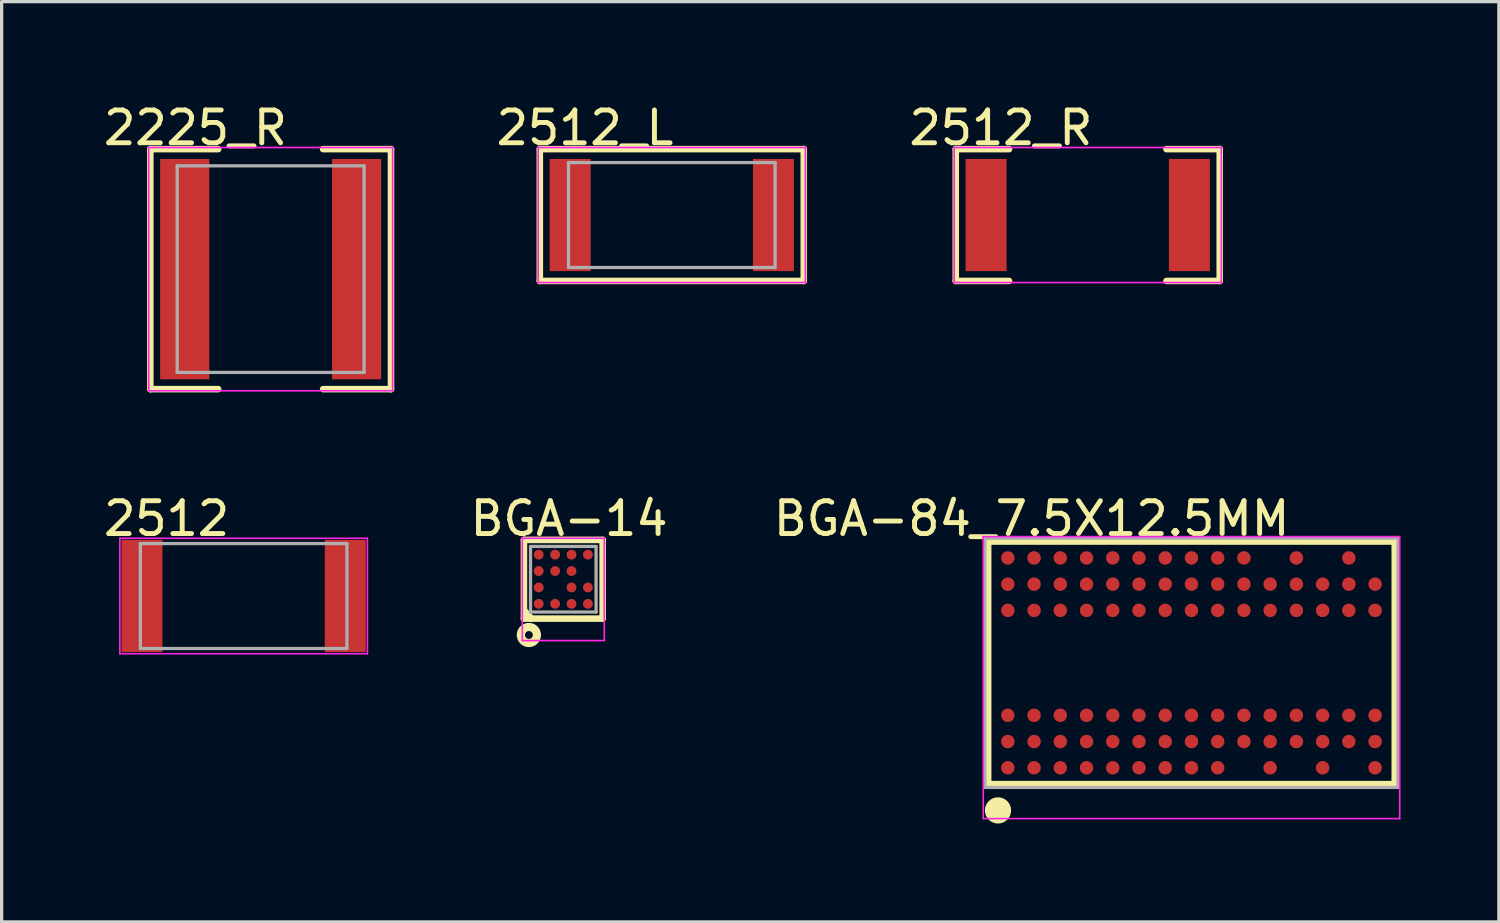
<source format=kicad_pcb>
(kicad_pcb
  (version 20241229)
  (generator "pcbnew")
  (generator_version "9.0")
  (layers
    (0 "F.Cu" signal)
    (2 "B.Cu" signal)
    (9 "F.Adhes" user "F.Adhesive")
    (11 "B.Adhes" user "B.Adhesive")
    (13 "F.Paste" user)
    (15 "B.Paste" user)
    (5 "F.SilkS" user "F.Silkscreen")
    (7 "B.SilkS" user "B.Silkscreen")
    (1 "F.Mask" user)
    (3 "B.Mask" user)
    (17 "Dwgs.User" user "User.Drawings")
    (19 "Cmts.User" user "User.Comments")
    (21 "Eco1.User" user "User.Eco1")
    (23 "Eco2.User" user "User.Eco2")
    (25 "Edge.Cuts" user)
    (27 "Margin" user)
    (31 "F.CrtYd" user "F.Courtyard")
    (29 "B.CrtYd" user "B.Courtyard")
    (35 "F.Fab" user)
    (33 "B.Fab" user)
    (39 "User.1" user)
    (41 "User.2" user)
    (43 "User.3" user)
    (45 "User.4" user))
  (footprint "2512"
    (layer "F.Cu")
    (at 4.38 15.127)
    (property "Reference" "2512" (at -2.35 -2.361 0) (layer "F.SilkS") (effects (font (size 1 1) (thickness 0.15))))
    (attr through_hole)
    (fp_line (start -3.775 -1.76) (end 3.775 -1.76) (stroke (width 0.05) (type solid)) (layer "F.CrtYd"))
    (fp_line (start -3.775 1.76) (end -3.775 -1.76) (stroke (width 0.05) (type solid)) (layer "F.CrtYd"))
    (fp_line (start 3.775 -1.76) (end 3.775 1.76) (stroke (width 0.05) (type solid)) (layer "F.CrtYd"))
    (fp_line (start 3.775 1.76) (end -3.775 1.76) (stroke (width 0.05) (type solid)) (layer "F.CrtYd"))
    (fp_line (start -3.15 -1.6) (end 3.15 -1.6) (stroke (width 0.1) (type solid)) (layer "F.Fab"))
    (fp_line (start -3.15 1.6) (end -3.15 -1.6) (stroke (width 0.1) (type solid)) (layer "F.Fab"))
    (fp_line (start -3.15 1.6) (end 3.15 1.6) (stroke (width 0.1) (type solid)) (layer "F.Fab"))
    (fp_line (start 3.15 1.6) (end 3.15 -1.6) (stroke (width 0.1) (type solid)) (layer "F.Fab"))
    (pad "1" smd rect (at -3.1 0) (size 1.25 3.42) (layers "F.Cu" "F.Mask" "F.Paste"))
    (pad "2" smd rect (at 3.1 0) (size 1.25 3.42) (layers "F.Cu" "F.Mask" "F.Paste")))
  (footprint "2512_R"
    (layer "F.Cu")
    (at 30.123 3.508)
    (property "Reference" "2512_R" (at -2.649 -2.659 0) (layer "F.SilkS") (effects (font (size 1 1) (thickness 0.15))))
    (attr through_hole)
    (fp_line (start -4.025 -2.01) (end -2.4 -2.01) (stroke (width 0.2) (type solid)) (layer "F.SilkS"))
    (fp_line (start -4.025 2.01) (end -4.025 -2.01) (stroke (width 0.2) (type solid)) (layer "F.SilkS"))
    (fp_line (start -4.025 2.01) (end -2.4 2.01) (stroke (width 0.2) (type solid)) (layer "F.SilkS"))
    (fp_line (start 2.4 -2.01) (end 4.025 -2.01) (stroke (width 0.2) (type solid)) (layer "F.SilkS"))
    (fp_line (start 2.4 2.01) (end 4.025 2.01) (stroke (width 0.2) (type solid)) (layer "F.SilkS"))
    (fp_line (start 4.025 2.01) (end 4.025 -2.01) (stroke (width 0.2) (type solid)) (layer "F.SilkS"))
    (fp_line (start -4.075 -2.06) (end 4.075 -2.06) (stroke (width 0.05) (type solid)) (layer "F.CrtYd"))
    (fp_line (start -4.075 2.06) (end -4.075 -2.06) (stroke (width 0.05) (type solid)) (layer "F.CrtYd"))
    (fp_line (start 4.075 -2.06) (end 4.075 2.06) (stroke (width 0.05) (type solid)) (layer "F.CrtYd"))
    (fp_line (start 4.075 2.06) (end -4.075 2.06) (stroke (width 0.05) (type solid)) (layer "F.CrtYd"))
    (pad "1" smd rect (at -3.1 0) (size 1.25 3.42) (layers "F.Cu" "F.Mask" "F.Paste"))
    (pad "2" smd rect (at 3.1 0) (size 1.25 3.42) (layers "F.Cu" "F.Mask" "F.Paste")))
  (footprint "2512_L"
    (layer "F.Cu")
    (at 17.438 3.508)
    (property "Reference" "2512_L" (at -2.649 -2.659 0) (layer "F.SilkS") (effects (font (size 1 1) (thickness 0.15))))
    (attr through_hole)
    (fp_line (start -4.025 -2.01) (end 4.025 -2.01) (stroke (width 0.2) (type solid)) (layer "F.SilkS"))
    (fp_line (start -4.025 2.01) (end -4.025 -2.01) (stroke (width 0.2) (type solid)) (layer "F.SilkS"))
    (fp_line (start -4.025 2.01) (end 4.025 2.01) (stroke (width 0.2) (type solid)) (layer "F.SilkS"))
    (fp_line (start 4.025 2.01) (end 4.025 -2.01) (stroke (width 0.2) (type solid)) (layer "F.SilkS"))
    (fp_line (start -4.075 -2.06) (end 4.075 -2.06) (stroke (width 0.05) (type solid)) (layer "F.CrtYd"))
    (fp_line (start -4.075 2.06) (end -4.075 -2.06) (stroke (width 0.05) (type solid)) (layer "F.CrtYd"))
    (fp_line (start 4.075 -2.06) (end 4.075 2.06) (stroke (width 0.05) (type solid)) (layer "F.CrtYd"))
    (fp_line (start 4.075 2.06) (end -4.075 2.06) (stroke (width 0.05) (type solid)) (layer "F.CrtYd"))
    (fp_line (start -3.15 -1.6) (end 3.15 -1.6) (stroke (width 0.1) (type solid)) (layer "F.Fab"))
    (fp_line (start -3.15 1.6) (end -3.15 -1.6) (stroke (width 0.1) (type solid)) (layer "F.Fab"))
    (fp_line (start -3.15 1.6) (end 3.15 1.6) (stroke (width 0.1) (type solid)) (layer "F.Fab"))
    (fp_line (start 3.15 1.6) (end 3.15 -1.6) (stroke (width 0.1) (type solid)) (layer "F.Fab"))
    (pad "1" smd rect (at -3.1 0) (size 1.25 3.42) (layers "F.Cu" "F.Mask" "F.Paste"))
    (pad "2" smd rect (at 3.1 0) (size 1.25 3.42) (layers "F.Cu" "F.Mask" "F.Paste")))
  (footprint "2225_R"
    (layer "F.Cu")
    (at 5.204 5.158)
    (property "Reference" "2225_R" (at -2.294 -4.309 0) (layer "F.SilkS") (effects (font (size 1 1) (thickness 0.15))))
    (attr through_hole)
    (fp_line (start -3.67 -3.66) (end -1.6 -3.66) (stroke (width 0.2) (type solid)) (layer "F.SilkS"))
    (fp_line (start -3.67 3.66) (end -3.67 -3.66) (stroke (width 0.2) (type solid)) (layer "F.SilkS"))
    (fp_line (start -3.67 3.66) (end -1.6 3.66) (stroke (width 0.2) (type solid)) (layer "F.SilkS"))
    (fp_line (start 1.6 -3.66) (end 3.67 -3.66) (stroke (width 0.2) (type solid)) (layer "F.SilkS"))
    (fp_line (start 1.6 3.66) (end 3.67 3.66) (stroke (width 0.2) (type solid)) (layer "F.SilkS"))
    (fp_line (start 3.67 3.66) (end 3.67 -3.66) (stroke (width 0.2) (type solid)) (layer "F.SilkS"))
    (fp_line (start -3.72 -3.71) (end 3.72 -3.71) (stroke (width 0.05) (type solid)) (layer "F.CrtYd"))
    (fp_line (start -3.72 3.71) (end -3.72 -3.71) (stroke (width 0.05) (type solid)) (layer "F.CrtYd"))
    (fp_line (start 3.72 -3.71) (end 3.72 3.71) (stroke (width 0.05) (type solid)) (layer "F.CrtYd"))
    (fp_line (start 3.72 3.71) (end -3.72 3.71) (stroke (width 0.05) (type solid)) (layer "F.CrtYd"))
    (fp_line (start -2.85 -3.15) (end -2.85 3.15) (stroke (width 0.1) (type solid)) (layer "F.Fab"))
    (fp_line (start -2.85 -3.15) (end 2.85 -3.15) (stroke (width 0.1) (type solid)) (layer "F.Fab"))
    (fp_line (start -2.85 3.15) (end 2.85 3.15) (stroke (width 0.1) (type solid)) (layer "F.Fab"))
    (fp_line (start 2.85 -3.15) (end 2.85 3.15) (stroke (width 0.1) (type solid)) (layer "F.Fab"))
    (pad "1" smd rect (at -2.62 0) (size 1.5 6.72) (layers "F.Cu" "F.Mask" "F.Paste"))
    (pad "2" smd rect (at 2.62 0) (size 1.5 6.72) (layers "F.Cu" "F.Mask" "F.Paste")))
  (footprint "BGA-84_7.5X12.5MM"
    (layer "F.Cu")
    (at 33.286 17.165)
    (property "Reference" "BGA-84_7.5X12.5MM" (at -4.874 -4.399 0) (layer "F.SilkS") (effects (font (size 1 1) (thickness 0.15))))
    (attr through_hole)
    (fp_line (start -6.2 -3.7) (end 6.2 -3.7) (stroke (width 0.2) (type solid)) (layer "F.SilkS"))
    (fp_line (start -6.2 3.7) (end -6.2 -3.7) (stroke (width 0.2) (type solid)) (layer "F.SilkS"))
    (fp_line (start -6.2 3.7) (end 6.2 3.7) (stroke (width 0.2) (type solid)) (layer "F.SilkS"))
    (fp_line (start 6.2 3.7) (end 6.2 -3.7) (stroke (width 0.2) (type solid)) (layer "F.SilkS"))
    (fp_circle (center -5.9 4.5) (end -5.7 4.5) (stroke (width 0.4) (type solid)) (fill no) (layer "F.SilkS"))
    (fp_line (start -6.35 -3.85) (end 6.35 -3.85) (stroke (width 0.05) (type solid)) (layer "F.CrtYd"))
    (fp_line (start -6.35 4.75) (end -6.35 -3.85) (stroke (width 0.05) (type solid)) (layer "F.CrtYd"))
    (fp_line (start 6.35 -3.85) (end 6.35 4.75) (stroke (width 0.05) (type solid)) (layer "F.CrtYd"))
    (fp_line (start 6.35 4.75) (end -6.35 4.75) (stroke (width 0.05) (type solid)) (layer "F.CrtYd"))
    (fp_line (start -6.3 -3.8) (end 6.3 -3.8) (stroke (width 0.1) (type solid)) (layer "F.Fab"))
    (fp_line (start -6.3 3.8) (end -6.3 -3.8) (stroke (width 0.1) (type solid)) (layer "F.Fab"))
    (fp_line (start -6.3 3.8) (end 6.3 3.8) (stroke (width 0.1) (type solid)) (layer "F.Fab"))
    (fp_line (start 6.3 3.8) (end 6.3 -3.8) (stroke (width 0.1) (type solid)) (layer "F.Fab"))
    (pad "A1" smd oval (at -5.6 3.2 90) (size 0.41 0.41) (layers "F.Cu" "F.Mask" "F.Paste"))
    (pad "A2" smd oval (at -5.6 2.4 90) (size 0.41 0.41) (layers "F.Cu" "F.Mask" "F.Paste"))
    (pad "A3" smd oval (at -5.6 1.6 90) (size 0.41 0.41) (layers "F.Cu" "F.Mask" "F.Paste"))
    (pad "A7" smd oval (at -5.6 -1.6 90) (size 0.41 0.41) (layers "F.Cu" "F.Mask" "F.Paste"))
    (pad "A8" smd oval (at -5.6 -2.4 90) (size 0.41 0.41) (layers "F.Cu" "F.Mask" "F.Paste"))
    (pad "A9" smd oval (at -5.6 -3.2 90) (size 0.41 0.41) (layers "F.Cu" "F.Mask" "F.Paste"))
    (pad "B1" smd oval (at -4.8 3.2 90) (size 0.41 0.41) (layers "F.Cu" "F.Mask" "F.Paste"))
    (pad "B2" smd oval (at -4.8 2.4 90) (size 0.41 0.41) (layers "F.Cu" "F.Mask" "F.Paste"))
    (pad "B3" smd oval (at -4.8 1.6 90) (size 0.41 0.41) (layers "F.Cu" "F.Mask" "F.Paste"))
    (pad "B7" smd oval (at -4.8 -1.6 90) (size 0.41 0.41) (layers "F.Cu" "F.Mask" "F.Paste"))
    (pad "B8" smd oval (at -4.8 -2.4 90) (size 0.41 0.41) (layers "F.Cu" "F.Mask" "F.Paste"))
    (pad "B9" smd oval (at -4.8 -3.2 90) (size 0.41 0.41) (layers "F.Cu" "F.Mask" "F.Paste"))
    (pad "C1" smd oval (at -4 3.2 90) (size 0.41 0.41) (layers "F.Cu" "F.Mask" "F.Paste"))
    (pad "C2" smd oval (at -4 2.4 90) (size 0.41 0.41) (layers "F.Cu" "F.Mask" "F.Paste"))
    (pad "C3" smd oval (at -4 1.6 90) (size 0.41 0.41) (layers "F.Cu" "F.Mask" "F.Paste"))
    (pad "C7" smd oval (at -4 -1.6 90) (size 0.41 0.41) (layers "F.Cu" "F.Mask" "F.Paste"))
    (pad "C8" smd oval (at -4 -2.4 90) (size 0.41 0.41) (layers "F.Cu" "F.Mask" "F.Paste"))
    (pad "C9" smd oval (at -4 -3.2 90) (size 0.41 0.41) (layers "F.Cu" "F.Mask" "F.Paste"))
    (pad "D1" smd oval (at -3.2 3.2 90) (size 0.41 0.41) (layers "F.Cu" "F.Mask" "F.Paste"))
    (pad "D2" smd oval (at -3.2 2.4 90) (size 0.41 0.41) (layers "F.Cu" "F.Mask" "F.Paste"))
    (pad "D3" smd oval (at -3.2 1.6 90) (size 0.41 0.41) (layers "F.Cu" "F.Mask" "F.Paste"))
    (pad "D7" smd oval (at -3.2 -1.6 90) (size 0.41 0.41) (layers "F.Cu" "F.Mask" "F.Paste"))
    (pad "D8" smd oval (at -3.2 -2.4 90) (size 0.41 0.41) (layers "F.Cu" "F.Mask" "F.Paste"))
    (pad "D9" smd oval (at -3.2 -3.2 90) (size 0.41 0.41) (layers "F.Cu" "F.Mask" "F.Paste"))
    (pad "E1" smd oval (at -2.4 3.2 90) (size 0.41 0.41) (layers "F.Cu" "F.Mask" "F.Paste"))
    (pad "E2" smd oval (at -2.4 2.4 90) (size 0.41 0.41) (layers "F.Cu" "F.Mask" "F.Paste"))
    (pad "E3" smd oval (at -2.4 1.6 90) (size 0.41 0.41) (layers "F.Cu" "F.Mask" "F.Paste"))
    (pad "E7" smd oval (at -2.4 -1.6 90) (size 0.41 0.41) (layers "F.Cu" "F.Mask" "F.Paste"))
    (pad "E8" smd oval (at -2.4 -2.4 90) (size 0.41 0.41) (layers "F.Cu" "F.Mask" "F.Paste"))
    (pad "E9" smd oval (at -2.4 -3.2 90) (size 0.41 0.41) (layers "F.Cu" "F.Mask" "F.Paste"))
    (pad "F1" smd oval (at -1.6 3.2 90) (size 0.41 0.41) (layers "F.Cu" "F.Mask" "F.Paste"))
    (pad "F2" smd oval (at -1.6 2.4 90) (size 0.41 0.41) (layers "F.Cu" "F.Mask" "F.Paste"))
    (pad "F3" smd oval (at -1.6 1.6 90) (size 0.41 0.41) (layers "F.Cu" "F.Mask" "F.Paste"))
    (pad "F7" smd oval (at -1.6 -1.6 90) (size 0.41 0.41) (layers "F.Cu" "F.Mask" "F.Paste"))
    (pad "F8" smd oval (at -1.6 -2.4 90) (size 0.41 0.41) (layers "F.Cu" "F.Mask" "F.Paste"))
    (pad "F9" smd oval (at -1.6 -3.2 90) (size 0.41 0.41) (layers "F.Cu" "F.Mask" "F.Paste"))
    (pad "G1" smd oval (at -0.8 3.2 90) (size 0.41 0.41) (layers "F.Cu" "F.Mask" "F.Paste"))
    (pad "G2" smd oval (at -0.8 2.4 90) (size 0.41 0.41) (layers "F.Cu" "F.Mask" "F.Paste"))
    (pad "G3" smd oval (at -0.8 1.6 90) (size 0.41 0.41) (layers "F.Cu" "F.Mask" "F.Paste"))
    (pad "G7" smd oval (at -0.8 -1.6 90) (size 0.41 0.41) (layers "F.Cu" "F.Mask" "F.Paste"))
    (pad "G8" smd oval (at -0.8 -2.4 90) (size 0.41 0.41) (layers "F.Cu" "F.Mask" "F.Paste"))
    (pad "G9" smd oval (at -0.8 -3.2 90) (size 0.41 0.41) (layers "F.Cu" "F.Mask" "F.Paste"))
    (pad "H1" smd oval (at 0 3.2 90) (size 0.41 0.41) (layers "F.Cu" "F.Mask" "F.Paste"))
    (pad "H2" smd oval (at 0 2.4 90) (size 0.41 0.41) (layers "F.Cu" "F.Mask" "F.Paste"))
    (pad "H3" smd oval (at 0 1.6 90) (size 0.41 0.41) (layers "F.Cu" "F.Mask" "F.Paste"))
    (pad "H7" smd oval (at 0 -1.6 90) (size 0.41 0.41) (layers "F.Cu" "F.Mask" "F.Paste"))
    (pad "H8" smd oval (at 0 -2.4 90) (size 0.41 0.41) (layers "F.Cu" "F.Mask" "F.Paste"))
    (pad "H9" smd oval (at 0 -3.2 90) (size 0.41 0.41) (layers "F.Cu" "F.Mask" "F.Paste"))
    (pad "J1" smd oval (at 0.8 3.2 90) (size 0.41 0.41) (layers "F.Cu" "F.Mask" "F.Paste"))
    (pad "J2" smd oval (at 0.8 2.4 90) (size 0.41 0.41) (layers "F.Cu" "F.Mask" "F.Paste"))
    (pad "J3" smd oval (at 0.8 1.6 90) (size 0.41 0.41) (layers "F.Cu" "F.Mask" "F.Paste"))
    (pad "J7" smd oval (at 0.8 -1.6 90) (size 0.41 0.41) (layers "F.Cu" "F.Mask" "F.Paste"))
    (pad "J8" smd oval (at 0.8 -2.4 90) (size 0.41 0.41) (layers "F.Cu" "F.Mask" "F.Paste"))
    (pad "J9" smd oval (at 0.8 -3.2 90) (size 0.41 0.41) (layers "F.Cu" "F.Mask" "F.Paste"))
    (pad "K2" smd oval (at 1.6 2.4 90) (size 0.41 0.41) (layers "F.Cu" "F.Mask" "F.Paste"))
    (pad "K3" smd oval (at 1.6 1.6 90) (size 0.41 0.41) (layers "F.Cu" "F.Mask" "F.Paste"))
    (pad "K7" smd oval (at 1.6 -1.6 90) (size 0.41 0.41) (layers "F.Cu" "F.Mask" "F.Paste"))
    (pad "K8" smd oval (at 1.6 -2.4 90) (size 0.41 0.41) (layers "F.Cu" "F.Mask" "F.Paste"))
    (pad "K9" smd oval (at 1.6 -3.2 90) (size 0.41 0.41) (layers "F.Cu" "F.Mask" "F.Paste"))
    (pad "L1" smd oval (at 2.4 3.2 90) (size 0.41 0.41) (layers "F.Cu" "F.Mask" "F.Paste"))
    (pad "L2" smd oval (at 2.4 2.4 90) (size 0.41 0.41) (layers "F.Cu" "F.Mask" "F.Paste"))
    (pad "L3" smd oval (at 2.4 1.6 90) (size 0.41 0.41) (layers "F.Cu" "F.Mask" "F.Paste"))
    (pad "L7" smd oval (at 2.4 -1.6 90) (size 0.41 0.41) (layers "F.Cu" "F.Mask" "F.Paste"))
    (pad "L8" smd oval (at 2.4 -2.4 90) (size 0.41 0.41) (layers "F.Cu" "F.Mask" "F.Paste"))
    (pad "M2" smd oval (at 3.2 2.4 90) (size 0.41 0.41) (layers "F.Cu" "F.Mask" "F.Paste"))
    (pad "M3" smd oval (at 3.2 1.6 90) (size 0.41 0.41) (layers "F.Cu" "F.Mask" "F.Paste"))
    (pad "M7" smd oval (at 3.2 -1.6 90) (size 0.41 0.41) (layers "F.Cu" "F.Mask" "F.Paste"))
    (pad "M8" smd oval (at 3.2 -2.4 90) (size 0.41 0.41) (layers "F.Cu" "F.Mask" "F.Paste"))
    (pad "M9" smd oval (at 3.2 -3.2 90) (size 0.41 0.41) (layers "F.Cu" "F.Mask" "F.Paste"))
    (pad "N1" smd oval (at 4 3.2 90) (size 0.41 0.41) (layers "F.Cu" "F.Mask" "F.Paste"))
    (pad "N2" smd oval (at 4 2.4 90) (size 0.41 0.41) (layers "F.Cu" "F.Mask" "F.Paste"))
    (pad "N3" smd oval (at 4 1.6 90) (size 0.41 0.41) (layers "F.Cu" "F.Mask" "F.Paste"))
    (pad "N7" smd oval (at 4 -1.6 90) (size 0.41 0.41) (layers "F.Cu" "F.Mask" "F.Paste"))
    (pad "N8" smd oval (at 4 -2.4 90) (size 0.41 0.41) (layers "F.Cu" "F.Mask" "F.Paste"))
    (pad "P2" smd oval (at 4.8 2.4 90) (size 0.41 0.41) (layers "F.Cu" "F.Mask" "F.Paste"))
    (pad "P3" smd oval (at 4.8 1.6 90) (size 0.41 0.41) (layers "F.Cu" "F.Mask" "F.Paste"))
    (pad "P7" smd oval (at 4.8 -1.6 90) (size 0.41 0.41) (layers "F.Cu" "F.Mask" "F.Paste"))
    (pad "P8" smd oval (at 4.8 -2.4 90) (size 0.41 0.41) (layers "F.Cu" "F.Mask" "F.Paste"))
    (pad "P9" smd oval (at 4.8 -3.2 90) (size 0.41 0.41) (layers "F.Cu" "F.Mask" "F.Paste"))
    (pad "R1" smd oval (at 5.6 3.2 90) (size 0.41 0.41) (layers "F.Cu" "F.Mask" "F.Paste"))
    (pad "R2" smd oval (at 5.6 2.4 90) (size 0.41 0.41) (layers "F.Cu" "F.Mask" "F.Paste"))
    (pad "R3" smd oval (at 5.6 1.6 90) (size 0.41 0.41) (layers "F.Cu" "F.Mask" "F.Paste"))
    (pad "R7" smd oval (at 5.6 -1.6 90) (size 0.41 0.41) (layers "F.Cu" "F.Mask" "F.Paste"))
    (pad "R8" smd oval (at 5.6 -2.4 90) (size 0.41 0.41) (layers "F.Cu" "F.Mask" "F.Paste")))
  (footprint "BGA-14"
    (layer "F.Cu")
    (at 14.129 14.615)
    (property "Reference" "BGA-14" (at 0.176 -1.849 0) (layer "F.SilkS") (effects (font (size 1 1) (thickness 0.15))))
    (attr through_hole)
    (fp_line (start -1.2 -1.2) (end 1.2 -1.2) (stroke (width 0.2) (type solid)) (layer "F.SilkS"))
    (fp_line (start -1.2 1.2) (end -1.2 -1.2) (stroke (width 0.2) (type solid)) (layer "F.SilkS"))
    (fp_line (start -1.2 1.2) (end 1.2 1.2) (stroke (width 0.2) (type solid)) (layer "F.SilkS"))
    (fp_line (start -1.175 0.975) (end -0.975 1.2) (stroke (width 0.2) (type solid)) (layer "F.SilkS"))
    (fp_line (start 1.2 1.2) (end 1.2 -1.2) (stroke (width 0.2) (type solid)) (layer "F.SilkS"))
    (fp_circle (center -1.05 1.7) (end -0.93 1.7) (stroke (width 0.25) (type solid)) (fill no) (layer "F.SilkS"))
    (fp_line (start -1.25 -1.25) (end 1.25 -1.25) (stroke (width 0.05) (type solid)) (layer "F.CrtYd"))
    (fp_line (start -1.25 1.87) (end -1.25 -1.25) (stroke (width 0.05) (type solid)) (layer "F.CrtYd"))
    (fp_line (start 1.25 -1.25) (end 1.25 1.87) (stroke (width 0.05) (type solid)) (layer "F.CrtYd"))
    (fp_line (start 1.25 1.87) (end -1.25 1.87) (stroke (width 0.05) (type solid)) (layer "F.CrtYd"))
    (fp_line (start -1 -1) (end 1 -1) (stroke (width 0.1) (type solid)) (layer "F.Fab"))
    (fp_line (start -1 1) (end -1 -1) (stroke (width 0.1) (type solid)) (layer "F.Fab"))
    (fp_line (start -1 1) (end 1 1) (stroke (width 0.1) (type solid)) (layer "F.Fab"))
    (fp_line (start 1 1) (end 1 -1) (stroke (width 0.1) (type solid)) (layer "F.Fab"))
    (pad "A1" smd oval (at -0.75 0.75 90) (size 0.3 0.3) (layers "F.Cu" "F.Mask" "F.Paste"))
    (pad "A2" smd oval (at -0.75 0.25 90) (size 0.3 0.3) (layers "F.Cu" "F.Mask" "F.Paste"))
    (pad "A3" smd oval (at -0.75 -0.25 90) (size 0.3 0.3) (layers "F.Cu" "F.Mask" "F.Paste"))
    (pad "A4" smd oval (at -0.75 -0.75 90) (size 0.3 0.3) (layers "F.Cu" "F.Mask" "F.Paste"))
    (pad "B1" smd oval (at -0.25 0.75 90) (size 0.3 0.3) (layers "F.Cu" "F.Mask" "F.Paste"))
    (pad "B3" smd oval (at -0.25 -0.25 90) (size 0.3 0.3) (layers "F.Cu" "F.Mask" "F.Paste"))
    (pad "B4" smd oval (at -0.25 -0.75 90) (size 0.3 0.3) (layers "F.Cu" "F.Mask" "F.Paste"))
    (pad "C1" smd oval (at 0.25 0.75 90) (size 0.3 0.3) (layers "F.Cu" "F.Mask" "F.Paste"))
    (pad "C2" smd oval (at 0.25 0.25 90) (size 0.3 0.3) (layers "F.Cu" "F.Mask" "F.Paste"))
    (pad "C3" smd oval (at 0.25 -0.25 90) (size 0.3 0.3) (layers "F.Cu" "F.Mask" "F.Paste"))
    (pad "C4" smd oval (at 0.25 -0.75 90) (size 0.3 0.3) (layers "F.Cu" "F.Mask" "F.Paste"))
    (pad "D1" smd oval (at 0.75 0.75 90) (size 0.3 0.3) (layers "F.Cu" "F.Mask" "F.Paste"))
    (pad "D2" smd oval (at 0.75 0.25 90) (size 0.3 0.3) (layers "F.Cu" "F.Mask" "F.Paste"))
    (pad "D4" smd oval (at 0.75 -0.75 90) (size 0.3 0.3) (layers "F.Cu" "F.Mask" "F.Paste")))
  (gr_rect
    (start -3 -3)
    (end 42.661 25.065)
    (stroke (width 0.1) (type default))
    (fill no)
    (layer "Edge.Cuts")))
</source>
